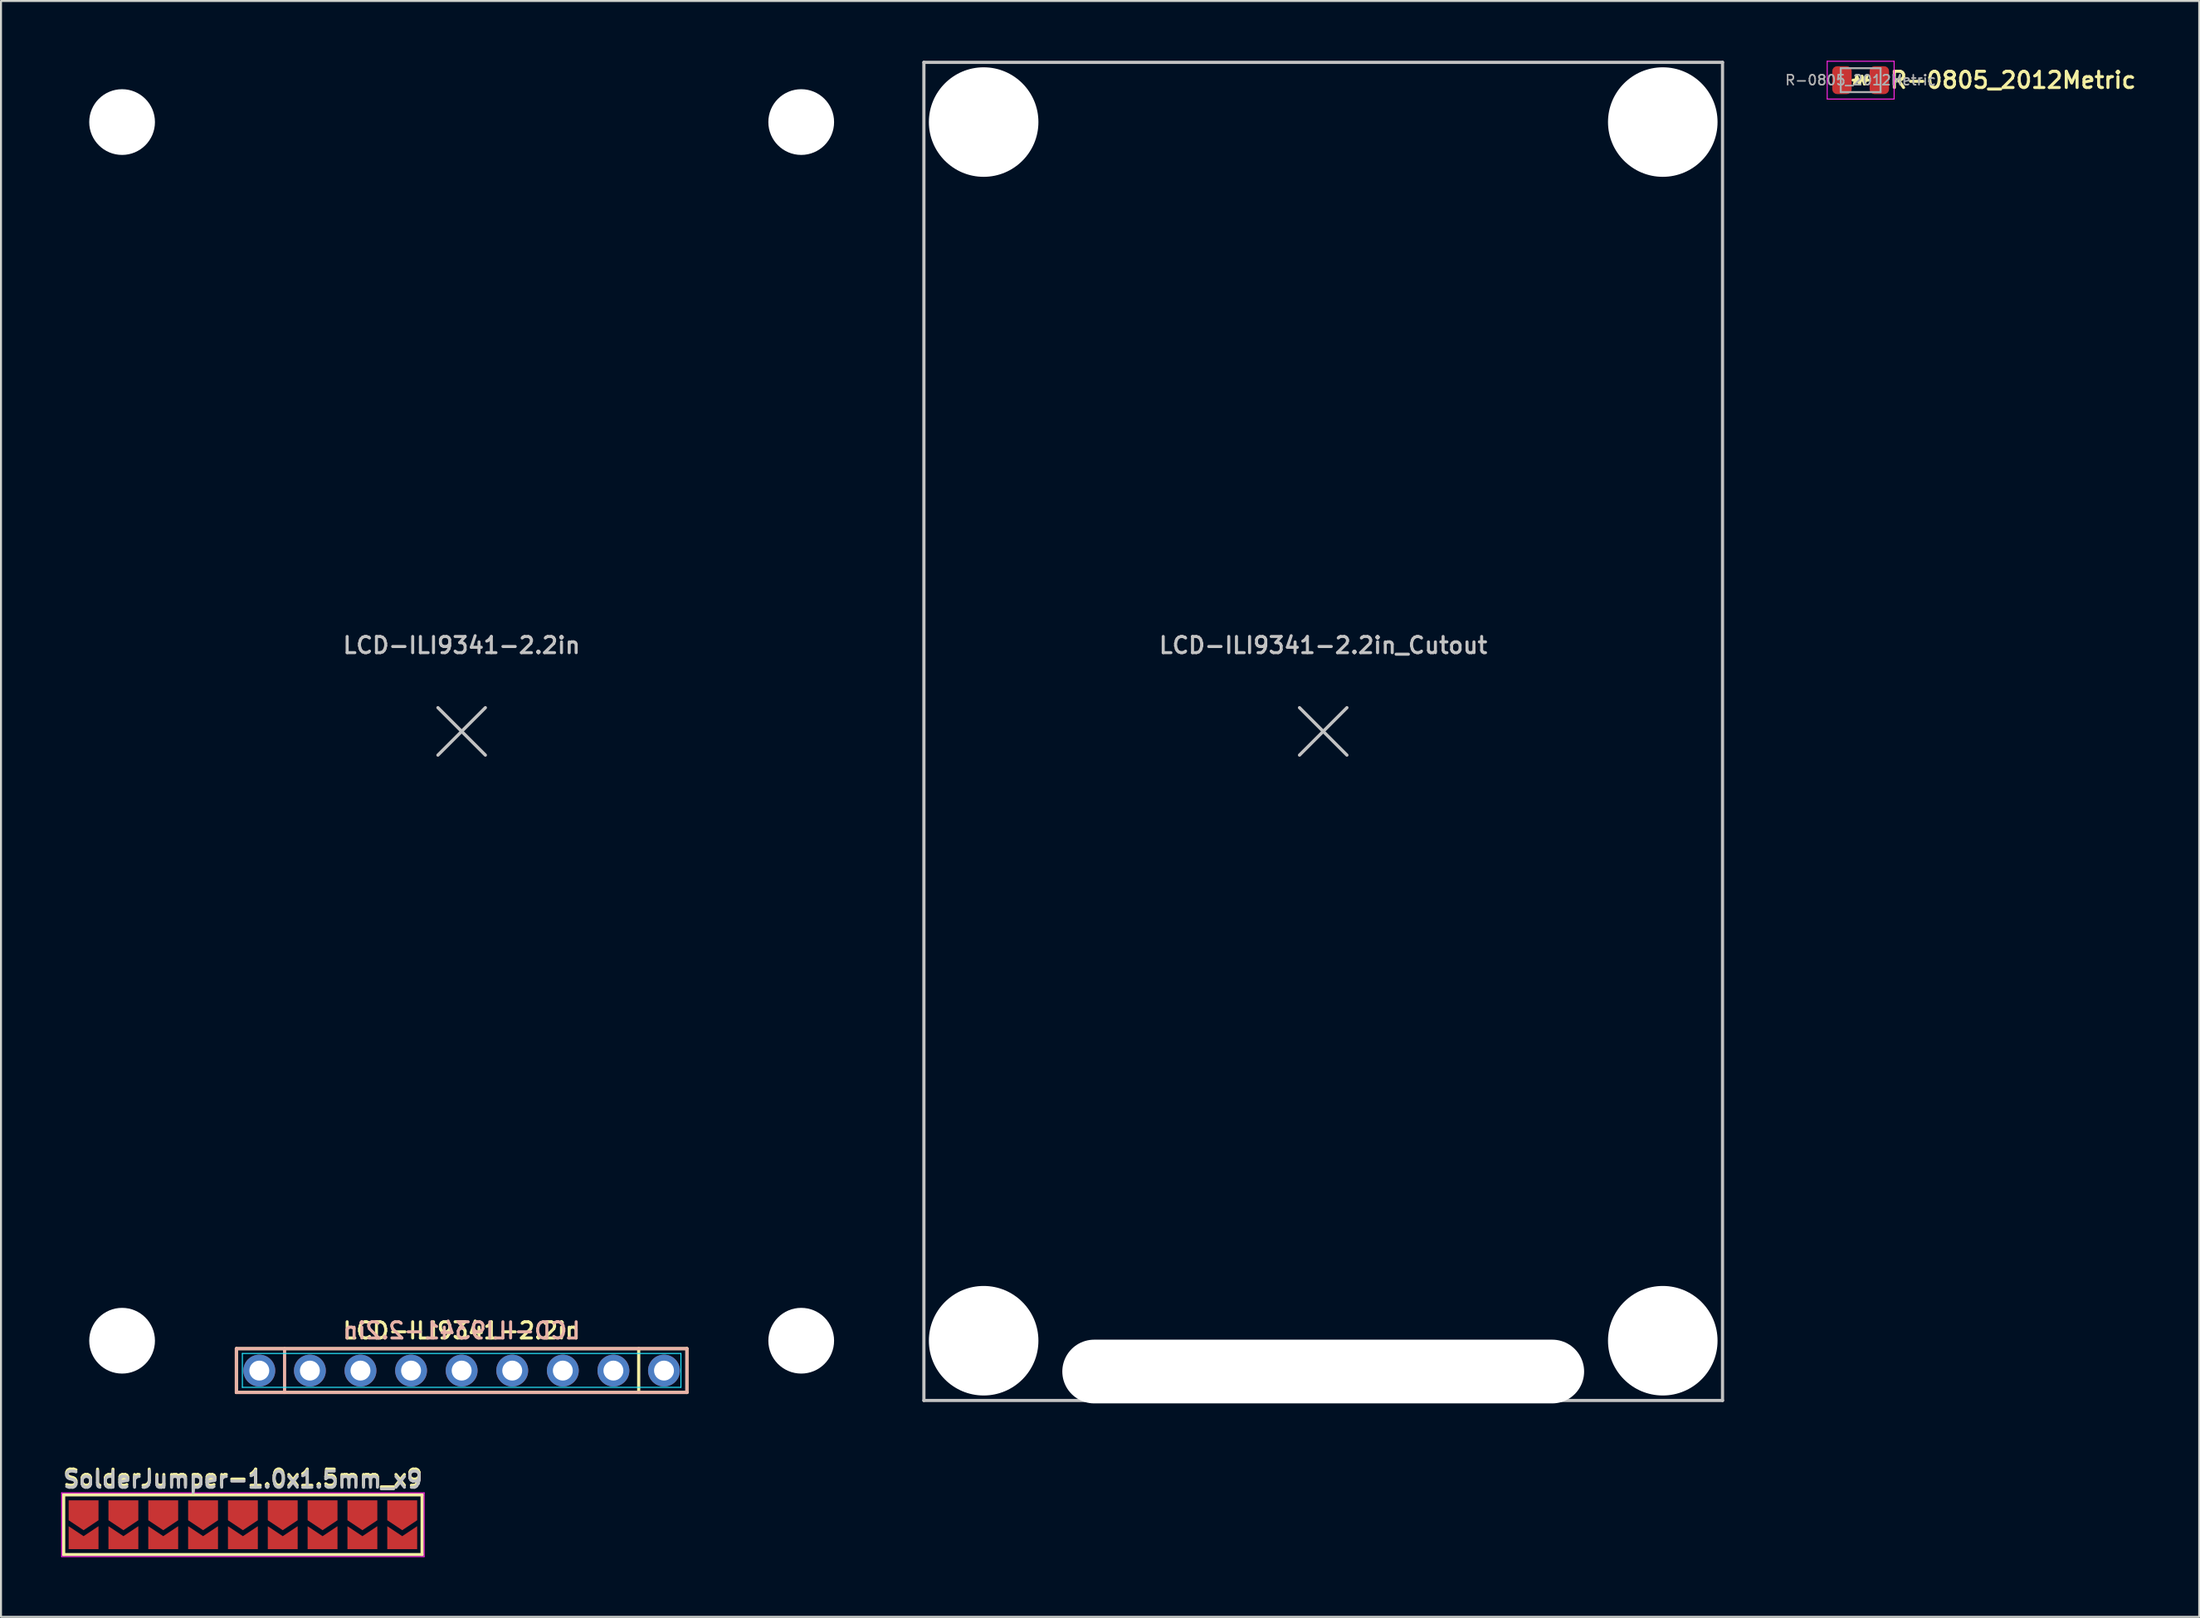
<source format=kicad_pcb>
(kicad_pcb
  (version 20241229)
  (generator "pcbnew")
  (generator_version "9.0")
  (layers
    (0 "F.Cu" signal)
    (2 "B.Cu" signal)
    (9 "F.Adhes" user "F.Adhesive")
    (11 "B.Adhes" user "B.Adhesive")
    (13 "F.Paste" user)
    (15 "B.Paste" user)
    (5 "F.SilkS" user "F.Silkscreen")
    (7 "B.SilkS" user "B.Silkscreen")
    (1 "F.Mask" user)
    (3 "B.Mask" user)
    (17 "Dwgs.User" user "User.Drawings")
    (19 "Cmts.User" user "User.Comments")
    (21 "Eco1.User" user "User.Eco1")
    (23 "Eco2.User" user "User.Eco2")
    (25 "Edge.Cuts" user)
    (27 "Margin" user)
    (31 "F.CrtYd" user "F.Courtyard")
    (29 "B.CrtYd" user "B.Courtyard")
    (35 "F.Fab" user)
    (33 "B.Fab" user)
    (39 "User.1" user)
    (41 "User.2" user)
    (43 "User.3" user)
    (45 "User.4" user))
  (footprint "SolderJumper-1.0x1.5mm_x9"
    (layer "F.Cu")
    (at 9.146 73.52)
    (property "Reference" "SolderJumper-1.0x1.5mm_x9" (at 0 -2.25 0) (layer "Dwgs.User") (effects (font (size 0.813 0.813) (thickness 0.152))))
    (property "Value" "SolderJumper-1.0x1.5mm_x9" (at 0 -2.35 0) (layer "F.Fab") (hide yes) (effects (font (size 0.813 0.813) (thickness 0.152))))
    (attr exclude_from_pos_files exclude_from_bom)
    (fp_line (start -9 -1.5) (end 9 -1.5) (stroke (width 0.16) (type solid)) (layer "F.SilkS"))
    (fp_line (start -9 1.5) (end -9 -1.5) (stroke (width 0.16) (type solid)) (layer "F.SilkS"))
    (fp_line (start 9 -1.5) (end 9 1.5) (stroke (width 0.16) (type solid)) (layer "F.SilkS"))
    (fp_line (start 9 1.5) (end -9 1.5) (stroke (width 0.16) (type solid)) (layer "F.SilkS"))
    (fp_line (start -9.1 -1.6) (end -9.1 1.6) (stroke (width 0.05) (type solid)) (layer "F.CrtYd"))
    (fp_line (start -9.1 -1.6) (end 9.1 -1.6) (stroke (width 0.05) (type solid)) (layer "F.CrtYd"))
    (fp_line (start 9.1 1.6) (end -9.1 1.6) (stroke (width 0.05) (type solid)) (layer "F.CrtYd"))
    (fp_line (start 9.1 1.6) (end 9.1 -1.6) (stroke (width 0.05) (type solid)) (layer "F.CrtYd"))
    (fp_text user "${VALUE}" (at 0 -2.35 0) (layer "F.SilkS") (effects (font (size 0.813 0.813) (thickness 0.152))))
    (pad "1" smd custom (at -8 -0.725 270) (size 0.01 0.01) (layers "F.Cu" "F.Mask") (options (anchor rect)) (primitives (gr_poly (pts (xy -0.5 -0.75) (xy 0.5 -0.75) (xy 1 0) (xy 0.5 0.75) (xy -0.5 0.75)) (width 0) (fill yes))))
    (pad "2" smd custom (at -8 0.725 270) (size 0.01 0.01) (layers "F.Cu" "F.Mask") (options (anchor rect)) (primitives (gr_poly (pts (xy -0.65 -0.75) (xy 0.5 -0.75) (xy 0.5 0.75) (xy -0.65 0.75) (xy -0.15 0)) (width 0) (fill yes))))
    (pad "3" smd custom (at -6 -0.725 270) (size 0.01 0.01) (layers "F.Cu" "F.Mask") (options (anchor rect)) (primitives (gr_poly (pts (xy -0.5 -0.75) (xy 0.5 -0.75) (xy 1 0) (xy 0.5 0.75) (xy -0.5 0.75)) (width 0) (fill yes))))
    (pad "4" smd custom (at -6 0.725 270) (size 0.01 0.01) (layers "F.Cu" "F.Mask") (options (anchor rect)) (primitives (gr_poly (pts (xy -0.65 -0.75) (xy 0.5 -0.75) (xy 0.5 0.75) (xy -0.65 0.75) (xy -0.15 0)) (width 0) (fill yes))))
    (pad "5" smd custom (at -4 -0.725 270) (size 0.01 0.01) (layers "F.Cu" "F.Mask") (options (anchor rect)) (primitives (gr_poly (pts (xy -0.5 -0.75) (xy 0.5 -0.75) (xy 1 0) (xy 0.5 0.75) (xy -0.5 0.75)) (width 0) (fill yes))))
    (pad "6" smd custom (at -4 0.725 270) (size 0.01 0.01) (layers "F.Cu" "F.Mask") (options (anchor rect)) (primitives (gr_poly (pts (xy -0.65 -0.75) (xy 0.5 -0.75) (xy 0.5 0.75) (xy -0.65 0.75) (xy -0.15 0)) (width 0) (fill yes))))
    (pad "7" smd custom (at -2 -0.725 270) (size 0.01 0.01) (layers "F.Cu" "F.Mask") (options (anchor rect)) (primitives (gr_poly (pts (xy -0.5 -0.75) (xy 0.5 -0.75) (xy 1 0) (xy 0.5 0.75) (xy -0.5 0.75)) (width 0) (fill yes))))
    (pad "8" smd custom (at -2 0.725 270) (size 0.01 0.01) (layers "F.Cu" "F.Mask") (options (anchor rect)) (primitives (gr_poly (pts (xy -0.65 -0.75) (xy 0.5 -0.75) (xy 0.5 0.75) (xy -0.65 0.75) (xy -0.15 0)) (width 0) (fill yes))))
    (pad "9" smd custom (at 0 -0.725 270) (size 0.01 0.01) (layers "F.Cu" "F.Mask") (options (anchor rect)) (primitives (gr_poly (pts (xy -0.5 -0.75) (xy 0.5 -0.75) (xy 1 0) (xy 0.5 0.75) (xy -0.5 0.75)) (width 0) (fill yes))))
    (pad "10" smd custom (at 0 0.725 270) (size 0.01 0.01) (layers "F.Cu" "F.Mask") (options (anchor rect)) (primitives (gr_poly (pts (xy -0.65 -0.75) (xy 0.5 -0.75) (xy 0.5 0.75) (xy -0.65 0.75) (xy -0.15 0)) (width 0) (fill yes))))
    (pad "11" smd custom (at 2 -0.725 270) (size 0.01 0.01) (layers "F.Cu" "F.Mask") (options (anchor rect)) (primitives (gr_poly (pts (xy -0.5 -0.75) (xy 0.5 -0.75) (xy 1 0) (xy 0.5 0.75) (xy -0.5 0.75)) (width 0) (fill yes))))
    (pad "12" smd custom (at 2 0.725 270) (size 0.01 0.01) (layers "F.Cu" "F.Mask") (options (anchor rect)) (primitives (gr_poly (pts (xy -0.65 -0.75) (xy 0.5 -0.75) (xy 0.5 0.75) (xy -0.65 0.75) (xy -0.15 0)) (width 0) (fill yes))))
    (pad "13" smd custom (at 4 -0.725 270) (size 0.01 0.01) (layers "F.Cu" "F.Mask") (options (anchor rect)) (primitives (gr_poly (pts (xy -0.5 -0.75) (xy 0.5 -0.75) (xy 1 0) (xy 0.5 0.75) (xy -0.5 0.75)) (width 0) (fill yes))))
    (pad "14" smd custom (at 4 0.725 270) (size 0.01 0.01) (layers "F.Cu" "F.Mask") (options (anchor rect)) (primitives (gr_poly (pts (xy -0.65 -0.75) (xy 0.5 -0.75) (xy 0.5 0.75) (xy -0.65 0.75) (xy -0.15 0)) (width 0) (fill yes))))
    (pad "15" smd custom (at 6 -0.725 270) (size 0.01 0.01) (layers "F.Cu" "F.Mask") (options (anchor rect)) (primitives (gr_poly (pts (xy -0.5 -0.75) (xy 0.5 -0.75) (xy 1 0) (xy 0.5 0.75) (xy -0.5 0.75)) (width 0) (fill yes))))
    (pad "16" smd custom (at 6 0.725 270) (size 0.01 0.01) (layers "F.Cu" "F.Mask") (options (anchor rect)) (primitives (gr_poly (pts (xy -0.65 -0.75) (xy 0.5 -0.75) (xy 0.5 0.75) (xy -0.65 0.75) (xy -0.15 0)) (width 0) (fill yes))))
    (pad "17" smd custom (at 8 -0.725 270) (size 0.01 0.01) (layers "F.Cu" "F.Mask") (options (anchor rect)) (primitives (gr_poly (pts (xy -0.5 -0.75) (xy 0.5 -0.75) (xy 1 0) (xy 0.5 0.75) (xy -0.5 0.75)) (width 0) (fill yes))))
    (pad "18" smd custom (at 8 0.725 270) (size 0.01 0.01) (layers "F.Cu" "F.Mask") (options (anchor rect)) (primitives (gr_poly (pts (xy -0.65 -0.75) (xy 0.5 -0.75) (xy 0.5 0.75) (xy -0.65 0.75) (xy -0.15 0)) (width 0) (fill yes)))))
  (footprint "R-0805_2012Metric"
    (layer "F.Cu")
    (at 90.376 0.975)
    (property "Reference" "R-0805_2012Metric" (at 1.397 0 0) (layer "F.SilkS") (effects (font (size 0.813 0.813) (thickness 0.152)) (justify left)))
    (attr smd)
    (fp_line (start -0.381 0) (end 0.381 0) (stroke (width 0.15) (type solid)) (layer "F.SilkS"))
    (fp_line (start -0.318 0.191) (end -0.191 -0.191) (stroke (width 0.15) (type solid)) (layer "F.SilkS"))
    (fp_line (start -0.191 -0.191) (end -0.064 0.191) (stroke (width 0.15) (type solid)) (layer "F.SilkS"))
    (fp_line (start -0.064 0.191) (end 0.064 -0.191) (stroke (width 0.15) (type solid)) (layer "F.SilkS"))
    (fp_line (start 0.064 -0.191) (end 0.191 0.191) (stroke (width 0.15) (type solid)) (layer "F.SilkS"))
    (fp_line (start 0.191 0.191) (end 0.318 -0.191) (stroke (width 0.15) (type solid)) (layer "F.SilkS"))
    (fp_line (start -1.68 -0.95) (end 1.68 -0.95) (stroke (width 0.05) (type solid)) (layer "F.CrtYd"))
    (fp_line (start -1.68 0.95) (end -1.68 -0.95) (stroke (width 0.05) (type solid)) (layer "F.CrtYd"))
    (fp_line (start 1.68 -0.95) (end 1.68 0.95) (stroke (width 0.05) (type solid)) (layer "F.CrtYd"))
    (fp_line (start 1.68 0.95) (end -1.68 0.95) (stroke (width 0.05) (type solid)) (layer "F.CrtYd"))
    (fp_line (start -1 -0.6) (end 1 -0.6) (stroke (width 0.1) (type solid)) (layer "F.Fab"))
    (fp_line (start -1 0.6) (end -1 -0.6) (stroke (width 0.1) (type solid)) (layer "F.Fab"))
    (fp_line (start 1 -0.6) (end 1 0.6) (stroke (width 0.1) (type solid)) (layer "F.Fab"))
    (fp_line (start 1 0.6) (end -1 0.6) (stroke (width 0.1) (type solid)) (layer "F.Fab"))
    (fp_text user "${REFERENCE}" (at 0 0 0) (layer "F.Fab") (effects (font (size 0.5 0.5) (thickness 0.08))))
    (pad "1" smd roundrect (at -0.938 0) (size 0.975 1.4) (layers "F.Cu" "F.Mask" "F.Paste") (roundrect_rratio 0.25))
    (pad "2" smd roundrect (at 0.938 0) (size 0.975 1.4) (layers "F.Cu" "F.Mask" "F.Paste") (roundrect_rratio 0.25)))
  (footprint "LCD-ILI9341-2.2in"
    (layer "F.Cu")
    (at 20.13 33.68)
    (property "Reference" "LCD-ILI9341-2.2in" (at 0 -4.322 180) (layer "Dwgs.User") (effects (font (size 0.813 0.813) (thickness 0.152))))
    (attr through_hole)
    (fp_line (start -11.311 30.998) (end 11.311 30.998) (stroke (width 0.16) (type solid)) (layer "F.SilkS"))
    (fp_line (start -11.311 33.198) (end -11.311 30.998) (stroke (width 0.16) (type solid)) (layer "F.SilkS"))
    (fp_line (start 8.89 33.198) (end 8.89 30.998) (stroke (width 0.16) (type solid)) (layer "F.SilkS"))
    (fp_line (start 11.311 30.998) (end 11.311 33.198) (stroke (width 0.16) (type solid)) (layer "F.SilkS"))
    (fp_line (start 11.311 33.198) (end -11.311 33.198) (stroke (width 0.16) (type solid)) (layer "F.SilkS"))
    (fp_line (start -11.311 30.998) (end -11.311 33.198) (stroke (width 0.16) (type solid)) (layer "B.SilkS"))
    (fp_line (start -11.311 33.198) (end 11.311 33.198) (stroke (width 0.16) (type solid)) (layer "B.SilkS"))
    (fp_line (start -8.89 33.198) (end -8.89 30.998) (stroke (width 0.16) (type solid)) (layer "B.SilkS"))
    (fp_line (start 11.311 30.998) (end -11.311 30.998) (stroke (width 0.16) (type solid)) (layer "B.SilkS"))
    (fp_line (start 11.311 33.198) (end 11.311 30.998) (stroke (width 0.16) (type solid)) (layer "B.SilkS"))
    (fp_line (start -1.191 -1.191) (end 1.191 1.191) (stroke (width 0.16) (type solid)) (layer "Dwgs.User"))
    (fp_line (start 1.191 -1.191) (end -1.191 1.191) (stroke (width 0.16) (type solid)) (layer "Dwgs.User"))
    (fp_line (start -20.05 -33.6) (end -20.05 33.6) (stroke (width 0.16) (type solid)) (layer "Eco1.User"))
    (fp_line (start -20.05 -33.6) (end 20.05 -33.6) (stroke (width 0.16) (type solid)) (layer "Eco1.User"))
    (fp_line (start -20.05 33.6) (end 20.05 33.6) (stroke (width 0.16) (type solid)) (layer "Eco1.User"))
    (fp_line (start 20.05 -33.6) (end 20.05 33.6) (stroke (width 0.16) (type solid)) (layer "Eco1.User"))
    (fp_line (start -11.01 31.241) (end 11.01 31.241) (stroke (width 0.05) (type solid)) (layer "B.CrtYd"))
    (fp_line (start -11.01 32.941) (end -11.01 31.241) (stroke (width 0.05) (type solid)) (layer "B.CrtYd"))
    (fp_line (start 11.01 31.241) (end 11.01 32.941) (stroke (width 0.05) (type solid)) (layer "B.CrtYd"))
    (fp_line (start 11.01 32.941) (end -11.01 32.941) (stroke (width 0.05) (type solid)) (layer "B.CrtYd"))
    (fp_text user "${REFERENCE}" (at 0 30.093 180) (layer "F.SilkS") (effects (font (size 0.813 0.813) (thickness 0.152))))
    (fp_text user "${REFERENCE}" (at 0 30.093 0) (layer "B.SilkS") (effects (font (size 0.813 0.813) (thickness 0.152)) (justify mirror)))
    (pad "" np_thru_hole circle (at -17.05 -30.6) (size 3.3 3.3) (drill 3.3) (layers "*.Cu" "*.Mask"))
    (pad "" np_thru_hole circle (at -17.05 30.6) (size 3.3 3.3) (drill 3.3) (layers "*.Cu" "*.Mask"))
    (pad "" np_thru_hole circle (at 17.05 -30.6) (size 3.3 3.3) (drill 3.3) (layers "*.Cu" "*.Mask"))
    (pad "" np_thru_hole circle (at 17.05 30.6 90) (size 3.3 3.3) (drill 3.3) (layers "*.Cu" "*.Mask"))
    (pad "1" thru_hole circle (at -10.16 32.1 180) (size 1.6 1.6) (drill 1) (layers "*.Cu" "*.Mask"))
    (pad "2" thru_hole circle (at -7.62 32.1 180) (size 1.6 1.6) (drill 1) (layers "*.Cu" "*.Mask"))
    (pad "3" thru_hole circle (at -5.08 32.1 180) (size 1.6 1.6) (drill 1) (layers "*.Cu" "*.Mask"))
    (pad "4" thru_hole circle (at -2.54 32.1 180) (size 1.6 1.6) (drill 1) (layers "*.Cu" "*.Mask"))
    (pad "5" thru_hole circle (at 0 32.1 180) (size 1.6 1.6) (drill 1) (layers "*.Cu" "*.Mask"))
    (pad "6" thru_hole circle (at 2.54 32.1 180) (size 1.6 1.6) (drill 1) (layers "*.Cu" "*.Mask"))
    (pad "7" thru_hole circle (at 5.08 32.1 180) (size 1.6 1.6) (drill 1) (layers "*.Cu" "*.Mask"))
    (pad "8" thru_hole circle (at 7.62 32.1 180) (size 1.6 1.6) (drill 1) (layers "*.Cu" "*.Mask"))
    (pad "9" thru_hole circle (at 10.16 32.1 180) (size 1.6 1.6) (drill 1) (layers "*.Cu" "*.Mask")))
  (footprint "LCD-ILI9341-2.2in_Cutout"
    (layer "F.Cu")
    (at 63.39 33.68)
    (property "Reference" "LCD-ILI9341-2.2in_Cutout" (at 0 -4.322 180) (layer "Dwgs.User") (effects (font (size 0.813 0.813) (thickness 0.152))))
    (attr through_hole)
    (fp_line (start -20.05 -33.6) (end -20.05 33.6) (stroke (width 0.16) (type solid)) (layer "Dwgs.User"))
    (fp_line (start -20.05 -33.6) (end 20.05 -33.6) (stroke (width 0.16) (type solid)) (layer "Dwgs.User"))
    (fp_line (start -20.05 33.6) (end 20.05 33.6) (stroke (width 0.16) (type solid)) (layer "Dwgs.User"))
    (fp_line (start -1.191 -1.191) (end 1.191 1.191) (stroke (width 0.16) (type solid)) (layer "Dwgs.User"))
    (fp_line (start 1.191 -1.191) (end -1.191 1.191) (stroke (width 0.16) (type solid)) (layer "Dwgs.User"))
    (fp_line (start 20.05 -33.6) (end 20.05 33.6) (stroke (width 0.16) (type solid)) (layer "Dwgs.User"))
    (fp_text user "HOLE" (at -2.381 32.147 0) (layer "F.SilkS") (effects (font (size 0.813 0.813) (thickness 0.152))))
    (fp_text user "HOLE" (at 2.381 32.147 0) (layer "B.SilkS") (effects (font (size 0.813 0.813) (thickness 0.152)) (justify mirror)))
    (pad "" np_thru_hole circle (at -17.05 -30.6) (size 5.5 5.5) (drill 5.5) (layers "*.Cu" "*.Mask"))
    (pad "" np_thru_hole circle (at -17.05 30.6) (size 5.5 5.5) (drill 5.5) (layers "*.Cu" "*.Mask"))
    (pad "" np_thru_hole oval (at 0 32.147) (size 26.2 3.2) (drill oval 26.2 3.2) (layers "*.Cu" "*.Mask"))
    (pad "" np_thru_hole circle (at 17.05 -30.6) (size 5.5 5.5) (drill 5.5) (layers "*.Cu" "*.Mask"))
    (pad "" np_thru_hole circle (at 17.05 30.6 90) (size 5.5 5.5) (drill 5.5) (layers "*.Cu" "*.Mask")))
  (gr_rect
    (start -3 -3)
    (end 107.375 78.145)
    (stroke (width 0.1) (type default))
    (fill no)
    (layer "Edge.Cuts")))
</source>
